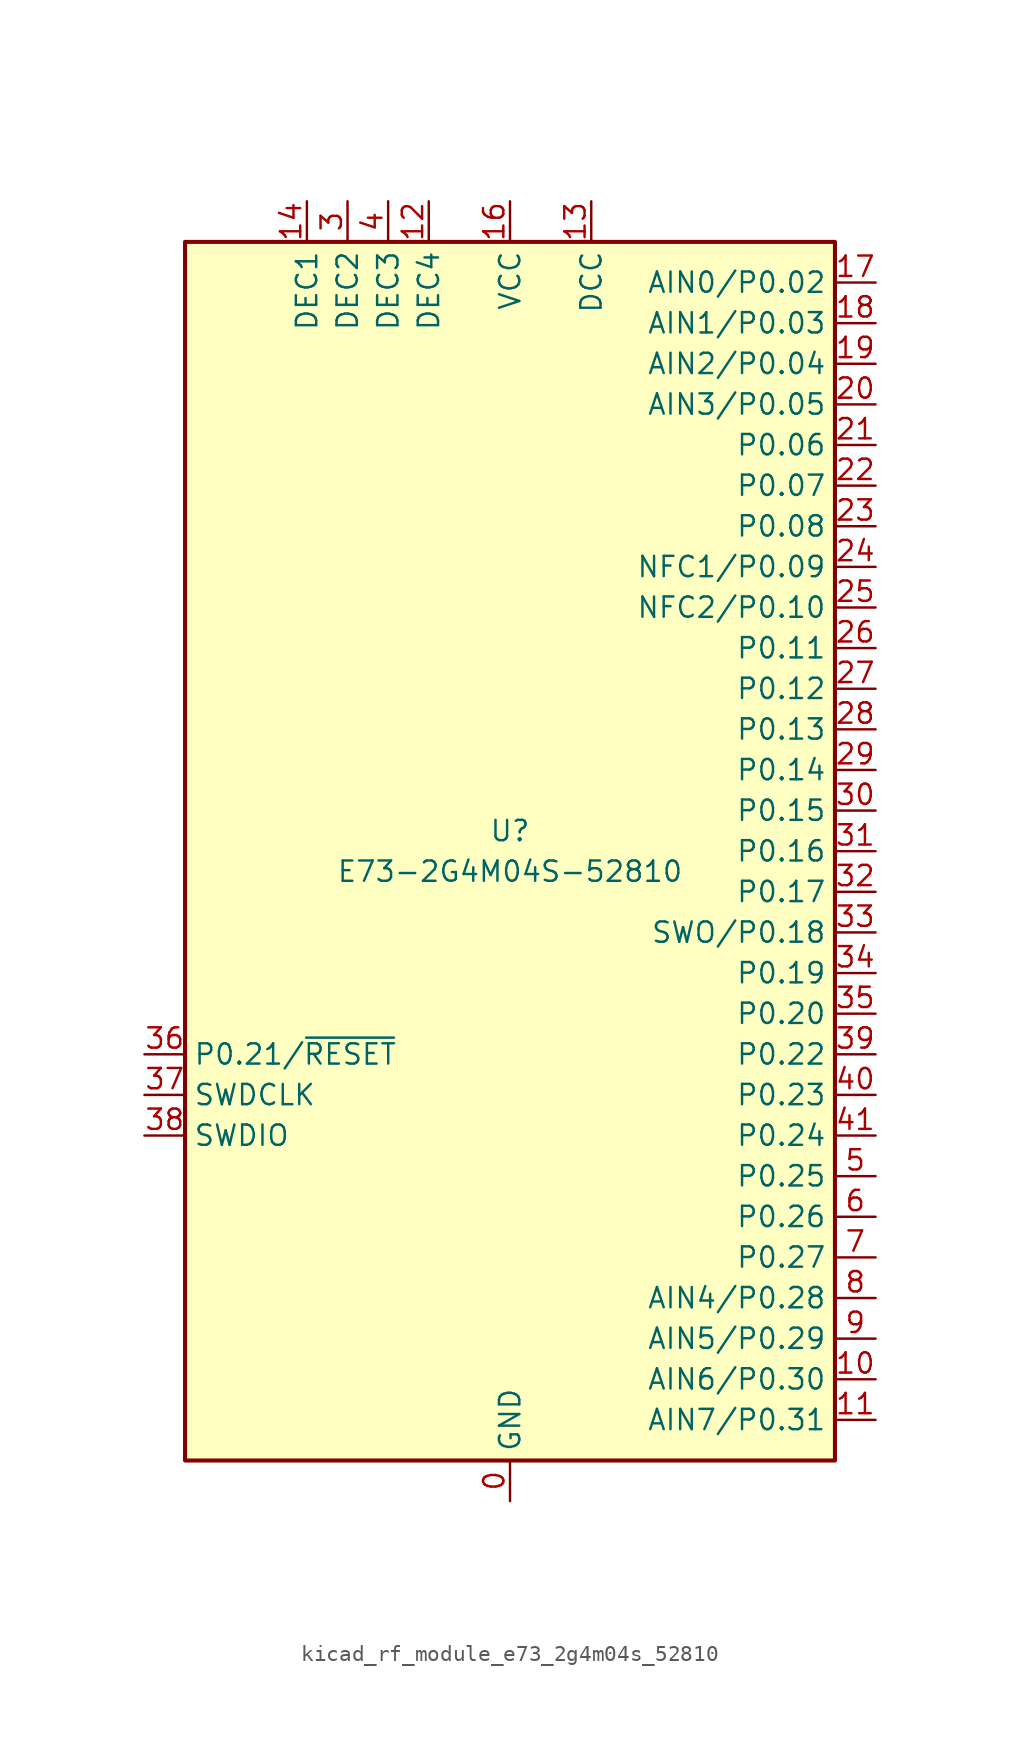
<source format=kicad_sym>
(kicad_symbol_lib
  (version 20220914)
  (generator kicad_symbol_editor)
  (symbol "kicad_rf_module_e73_2g4m04s_52810"
    (property "Reference" "U"
      (at 0 1.27 0)
      (effects (font (size 1.27 1.27))))
    (property "Value" "E73-2G4M04S-52810"
      (at 0 -1.27 0)
      (effects (font (size 1.27 1.27))))
    (symbol "kicad_rf_module_e73_2g4m04s_52810_0_1"
      (rectangle (start 20.32 38.1) (end -20.32 -38.1) (stroke (width 0.254) (type default)) (fill (type background))))
    (symbol "kicad_rf_module_e73_2g4m04s_52810_1_1"
      (pin power_in line (at 0 -40.64 90) (length 2.54) (name "GND" (effects (font (size 1.27 1.27)))) (number "0" (effects (font (size 1.27 1.27)))))
      (pin passive line (at 0 -40.64 90) (length 2.54) hide (name "GND" (effects (font (size 1.27 1.27)))) (number "1" (effects (font (size 1.27 1.27)))))
      (pin bidirectional line (at 22.86 -33.02 180) (length 2.54) (name "AIN6/P0.30" (effects (font (size 1.27 1.27)))) (number "10" (effects (font (size 1.27 1.27)))))
      (pin bidirectional line (at 22.86 -35.56 180) (length 2.54) (name "AIN7/P0.31" (effects (font (size 1.27 1.27)))) (number "11" (effects (font (size 1.27 1.27)))))
      (pin passive line (at -5.08 40.64 270) (length 2.54) (name "DEC4" (effects (font (size 1.27 1.27)))) (number "12" (effects (font (size 1.27 1.27)))))
      (pin power_out line (at 5.08 40.64 270) (length 2.54) (name "DCC" (effects (font (size 1.27 1.27)))) (number "13" (effects (font (size 1.27 1.27)))))
      (pin passive line (at -12.7 40.64 270) (length 2.54) (name "DEC1" (effects (font (size 1.27 1.27)))) (number "14" (effects (font (size 1.27 1.27)))))
      (pin passive line (at 0 -40.64 90) (length 2.54) hide (name "GND" (effects (font (size 1.27 1.27)))) (number "15" (effects (font (size 1.27 1.27)))))
      (pin power_in line (at 0 40.64 270) (length 2.54) (name "VCC" (effects (font (size 1.27 1.27)))) (number "16" (effects (font (size 1.27 1.27)))))
      (pin bidirectional line (at 22.86 35.56 180) (length 2.54) (name "AIN0/P0.02" (effects (font (size 1.27 1.27)))) (number "17" (effects (font (size 1.27 1.27)))))
      (pin bidirectional line (at 22.86 33.02 180) (length 2.54) (name "AIN1/P0.03" (effects (font (size 1.27 1.27)))) (number "18" (effects (font (size 1.27 1.27)))))
      (pin bidirectional line (at 22.86 30.48 180) (length 2.54) (name "AIN2/P0.04" (effects (font (size 1.27 1.27)))) (number "19" (effects (font (size 1.27 1.27)))))
      (pin passive line (at 0 -40.64 90) (length 2.54) hide (name "GND" (effects (font (size 1.27 1.27)))) (number "2" (effects (font (size 1.27 1.27)))))
      (pin bidirectional line (at 22.86 27.94 180) (length 2.54) (name "AIN3/P0.05" (effects (font (size 1.27 1.27)))) (number "20" (effects (font (size 1.27 1.27)))))
      (pin bidirectional line (at 22.86 25.4 180) (length 2.54) (name "P0.06" (effects (font (size 1.27 1.27)))) (number "21" (effects (font (size 1.27 1.27)))))
      (pin bidirectional line (at 22.86 22.86 180) (length 2.54) (name "P0.07" (effects (font (size 1.27 1.27)))) (number "22" (effects (font (size 1.27 1.27)))))
      (pin bidirectional line (at 22.86 20.32 180) (length 2.54) (name "P0.08" (effects (font (size 1.27 1.27)))) (number "23" (effects (font (size 1.27 1.27)))))
      (pin bidirectional line (at 22.86 17.78 180) (length 2.54) (name "NFC1/P0.09" (effects (font (size 1.27 1.27)))) (number "24" (effects (font (size 1.27 1.27)))))
      (pin bidirectional line (at 22.86 15.24 180) (length 2.54) (name "NFC2/P0.10" (effects (font (size 1.27 1.27)))) (number "25" (effects (font (size 1.27 1.27)))))
      (pin bidirectional line (at 22.86 12.7 180) (length 2.54) (name "P0.11" (effects (font (size 1.27 1.27)))) (number "26" (effects (font (size 1.27 1.27)))))
      (pin bidirectional line (at 22.86 10.16 180) (length 2.54) (name "P0.12" (effects (font (size 1.27 1.27)))) (number "27" (effects (font (size 1.27 1.27)))))
      (pin bidirectional line (at 22.86 7.62 180) (length 2.54) (name "P0.13" (effects (font (size 1.27 1.27)))) (number "28" (effects (font (size 1.27 1.27)))))
      (pin bidirectional line (at 22.86 5.08 180) (length 2.54) (name "P0.14" (effects (font (size 1.27 1.27)))) (number "29" (effects (font (size 1.27 1.27)))))
      (pin passive line (at -10.16 40.64 270) (length 2.54) (name "DEC2" (effects (font (size 1.27 1.27)))) (number "3" (effects (font (size 1.27 1.27)))))
      (pin bidirectional line (at 22.86 2.54 180) (length 2.54) (name "P0.15" (effects (font (size 1.27 1.27)))) (number "30" (effects (font (size 1.27 1.27)))))
      (pin bidirectional line (at 22.86 0 180) (length 2.54) (name "P0.16" (effects (font (size 1.27 1.27)))) (number "31" (effects (font (size 1.27 1.27)))))
      (pin bidirectional line (at 22.86 -2.54 180) (length 2.54) (name "P0.17" (effects (font (size 1.27 1.27)))) (number "32" (effects (font (size 1.27 1.27)))))
      (pin bidirectional line (at 22.86 -5.08 180) (length 2.54) (name "SWO/P0.18" (effects (font (size 1.27 1.27)))) (number "33" (effects (font (size 1.27 1.27)))))
      (pin bidirectional line (at 22.86 -7.62 180) (length 2.54) (name "P0.19" (effects (font (size 1.27 1.27)))) (number "34" (effects (font (size 1.27 1.27)))))
      (pin bidirectional line (at 22.86 -10.16 180) (length 2.54) (name "P0.20" (effects (font (size 1.27 1.27)))) (number "35" (effects (font (size 1.27 1.27)))))
      (pin bidirectional line (at -22.86 -12.7 0) (length 2.54) (name "P0.21/~{RESET}" (effects (font (size 1.27 1.27)))) (number "36" (effects (font (size 1.27 1.27)))))
      (pin input line (at -22.86 -15.24 0) (length 2.54) (name "SWDCLK" (effects (font (size 1.27 1.27)))) (number "37" (effects (font (size 1.27 1.27)))))
      (pin bidirectional line (at -22.86 -17.78 0) (length 2.54) (name "SWDIO" (effects (font (size 1.27 1.27)))) (number "38" (effects (font (size 1.27 1.27)))))
      (pin bidirectional line (at 22.86 -12.7 180) (length 2.54) (name "P0.22" (effects (font (size 1.27 1.27)))) (number "39" (effects (font (size 1.27 1.27)))))
      (pin passive line (at -7.62 40.64 270) (length 2.54) (name "DEC3" (effects (font (size 1.27 1.27)))) (number "4" (effects (font (size 1.27 1.27)))))
      (pin bidirectional line (at 22.86 -15.24 180) (length 2.54) (name "P0.23" (effects (font (size 1.27 1.27)))) (number "40" (effects (font (size 1.27 1.27)))))
      (pin bidirectional line (at 22.86 -17.78 180) (length 2.54) (name "P0.24" (effects (font (size 1.27 1.27)))) (number "41" (effects (font (size 1.27 1.27)))))
      (pin passive line (at 0 -40.64 90) (length 2.54) hide (name "GND" (effects (font (size 1.27 1.27)))) (number "42" (effects (font (size 1.27 1.27)))))
      (pin passive line (at 0 -40.64 90) (length 2.54) hide (name "GND" (effects (font (size 1.27 1.27)))) (number "43" (effects (font (size 1.27 1.27)))))
      (pin bidirectional line (at 22.86 -20.32 180) (length 2.54) (name "P0.25" (effects (font (size 1.27 1.27)))) (number "5" (effects (font (size 1.27 1.27)))))
      (pin bidirectional line (at 22.86 -22.86 180) (length 2.54) (name "P0.26" (effects (font (size 1.27 1.27)))) (number "6" (effects (font (size 1.27 1.27)))))
      (pin bidirectional line (at 22.86 -25.4 180) (length 2.54) (name "P0.27" (effects (font (size 1.27 1.27)))) (number "7" (effects (font (size 1.27 1.27)))))
      (pin bidirectional line (at 22.86 -27.94 180) (length 2.54) (name "AIN4/P0.28" (effects (font (size 1.27 1.27)))) (number "8" (effects (font (size 1.27 1.27)))))
      (pin bidirectional line (at 22.86 -30.48 180) (length 2.54) (name "AIN5/P0.29" (effects (font (size 1.27 1.27)))) (number "9" (effects (font (size 1.27 1.27))))))))
</source>
